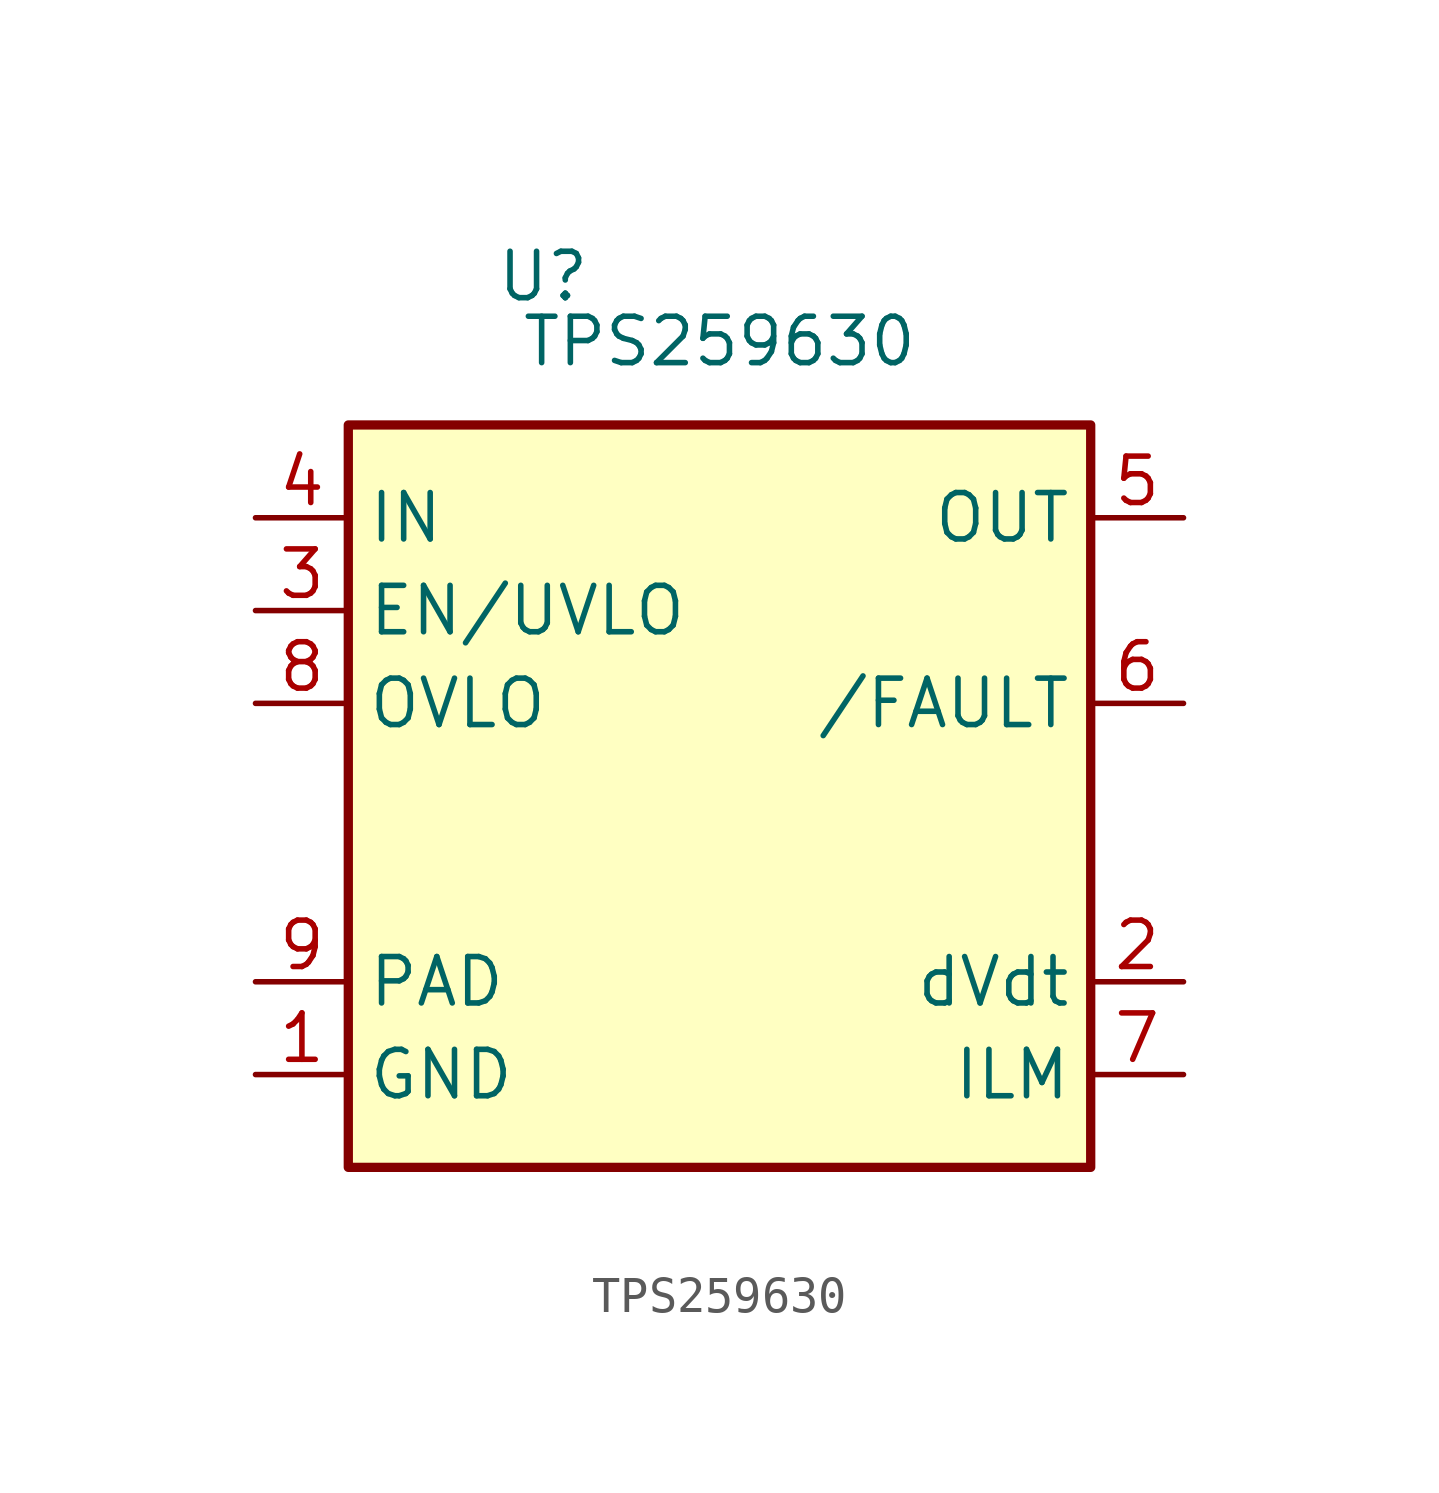
<source format=kicad_sym>
(kicad_symbol_lib
  (version 20231120)
  (generator "kicad_symbol_editor")
  (generator_version "8.0")
  (symbol "TPS259630"
    (property "Reference" "U"
      (at -4.826 5.334 0)
      (effects (font (size 1.27 1.27))))
    (property "Value" "TPS259630"
      (at 0 3.556 0)
      (effects (font (size 1.27 1.27))))
    (symbol "TPS259630_0_0"
      (pin power_in line (at -12.7 -16.51 0) (length 2.54) (name "GND" (effects (font (size 1.27 1.27)))) (number "1" (effects (font (size 1.27 1.27)))))
      (pin output line (at 12.7 -13.97 180) (length 2.54) (name "dVdt" (effects (font (size 1.27 1.27)))) (number "2" (effects (font (size 1.27 1.27)))))
      (pin input line (at -12.7 -3.81 0) (length 2.54) (name "EN/UVLO" (effects (font (size 1.27 1.27)))) (number "3" (effects (font (size 1.27 1.27)))))
      (pin output line (at 12.7 -6.35 180) (length 2.54) (name "/FAULT" (effects (font (size 1.27 1.27)))) (number "6" (effects (font (size 1.27 1.27)))))
      (pin output line (at 12.7 -16.51 180) (length 2.54) (name "ILM" (effects (font (size 1.27 1.27)))) (number "7" (effects (font (size 1.27 1.27)))))
      (pin input line (at -12.7 -6.35 0) (length 2.54) (name "OVLO" (effects (font (size 1.27 1.27)))) (number "8" (effects (font (size 1.27 1.27)))))
      (pin power_in line (at -12.7 -13.97 0) (length 2.54) (name "PAD" (effects (font (size 1.27 1.27)))) (number "9" (effects (font (size 1.27 1.27))))))
    (symbol "TPS259630_1_0"
      (pin power_in line (at -12.7 -1.27 0) (length 2.54) (name "IN" (effects (font (size 1.27 1.27)))) (number "4" (effects (font (size 1.27 1.27)))))
      (pin power_out line (at 12.7 -1.27 180) (length 2.54) (name "OUT" (effects (font (size 1.27 1.27)))) (number "5" (effects (font (size 1.27 1.27))))))
    (symbol "TPS259630_1_1"
      (rectangle (start -10.16 1.27) (end 10.16 -19.05) (stroke (width 0.254) (type default)) (fill (type background))))))
</source>
